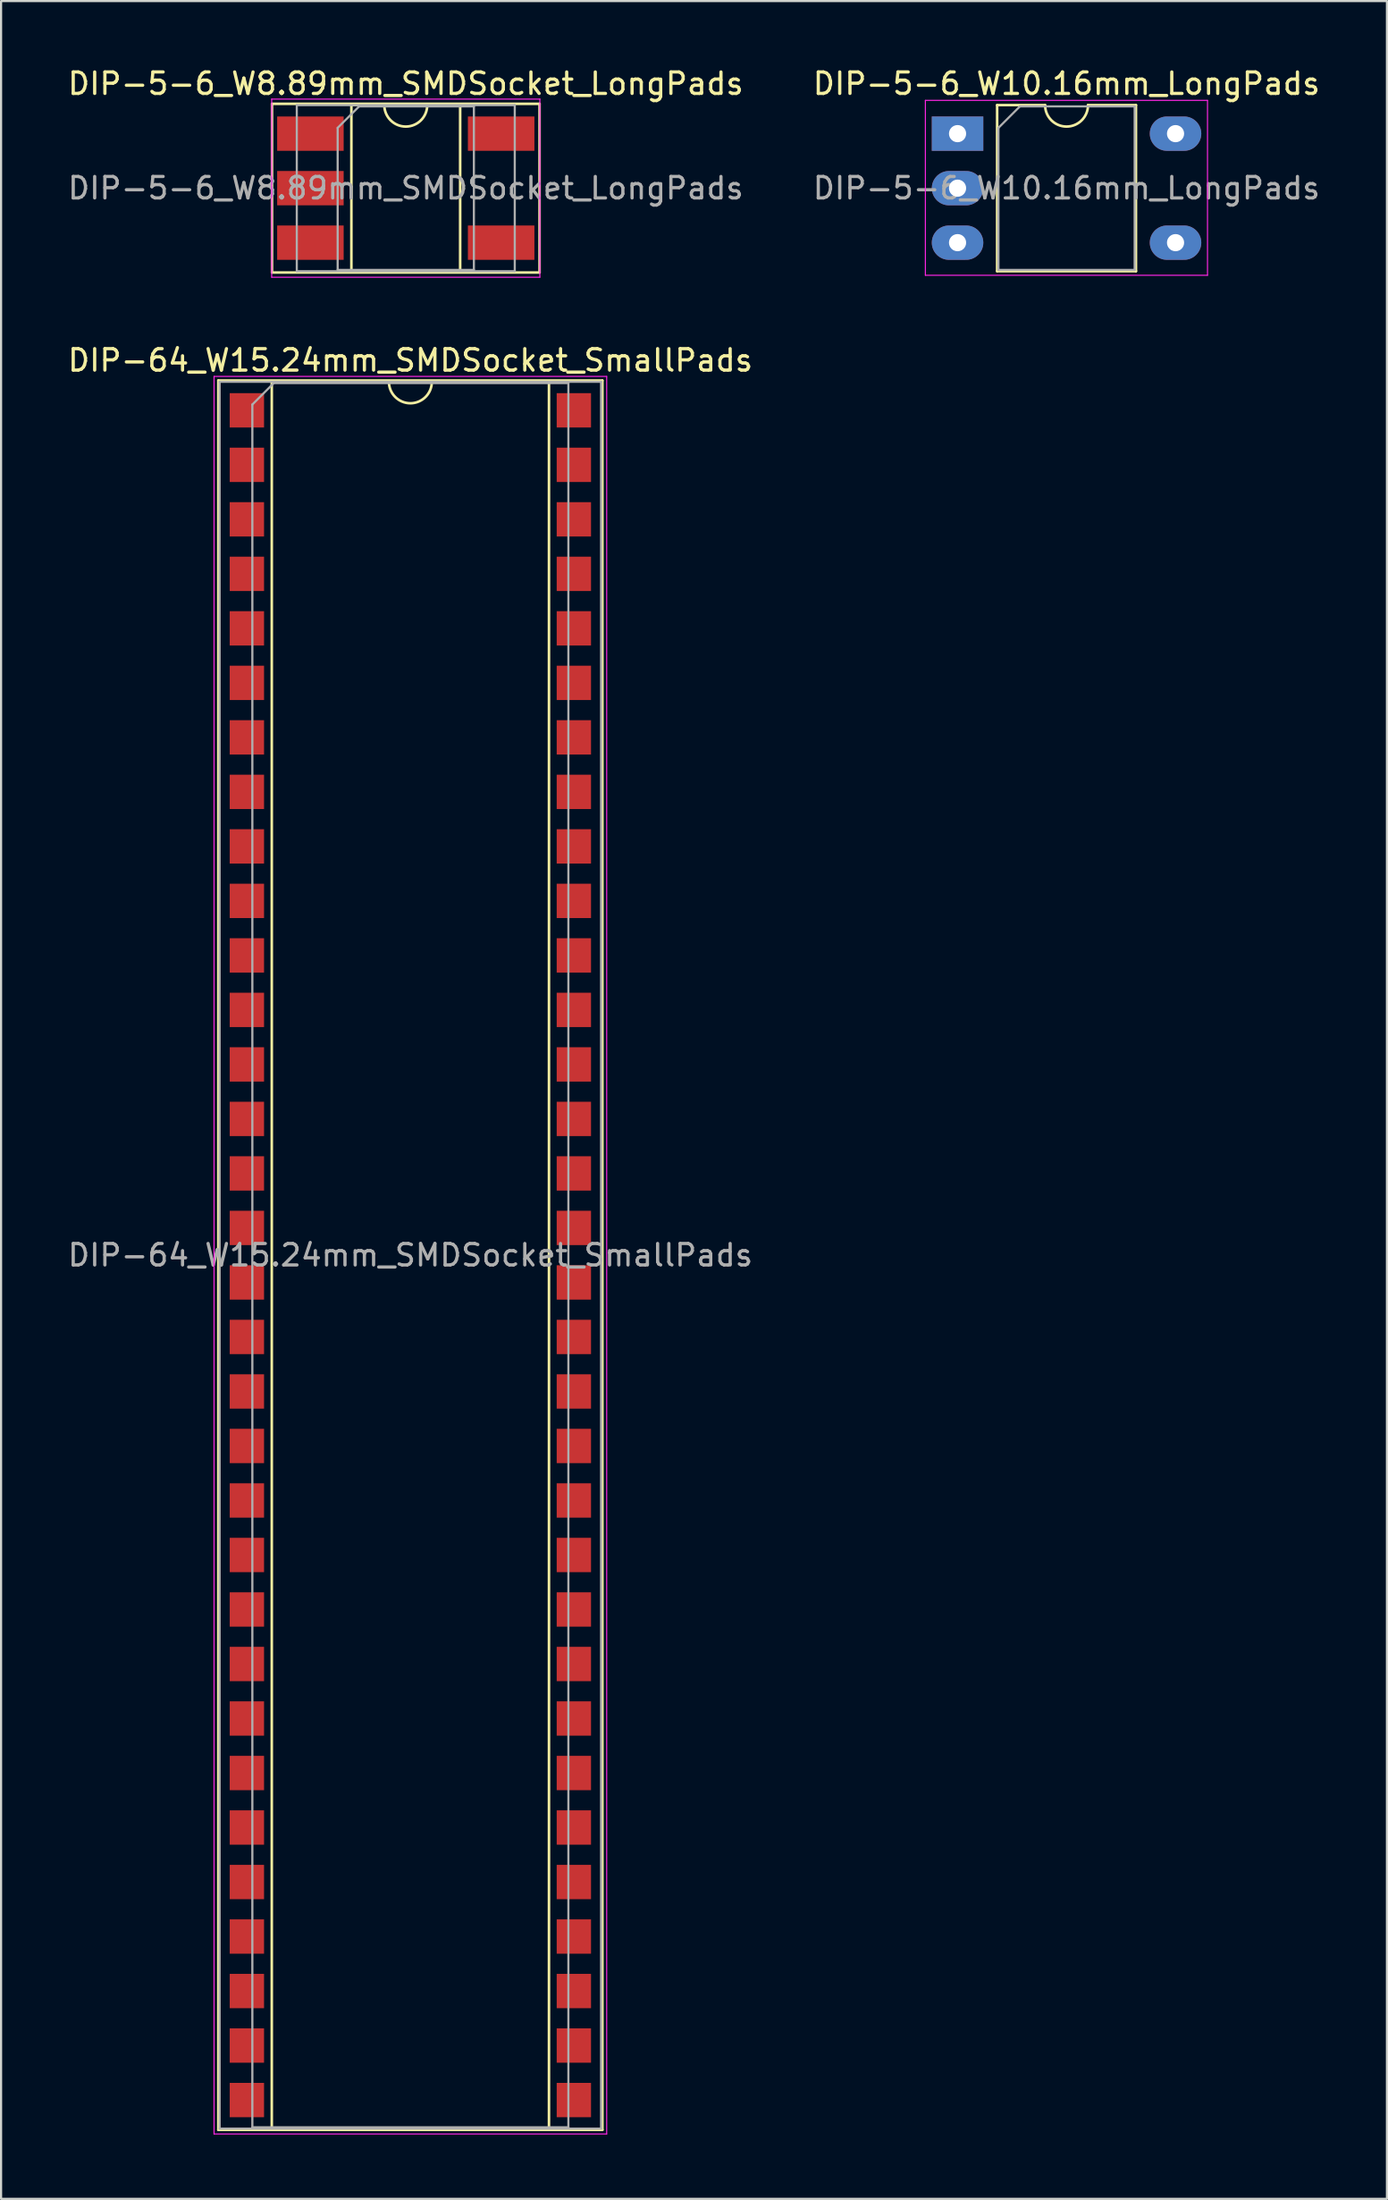
<source format=kicad_pcb>
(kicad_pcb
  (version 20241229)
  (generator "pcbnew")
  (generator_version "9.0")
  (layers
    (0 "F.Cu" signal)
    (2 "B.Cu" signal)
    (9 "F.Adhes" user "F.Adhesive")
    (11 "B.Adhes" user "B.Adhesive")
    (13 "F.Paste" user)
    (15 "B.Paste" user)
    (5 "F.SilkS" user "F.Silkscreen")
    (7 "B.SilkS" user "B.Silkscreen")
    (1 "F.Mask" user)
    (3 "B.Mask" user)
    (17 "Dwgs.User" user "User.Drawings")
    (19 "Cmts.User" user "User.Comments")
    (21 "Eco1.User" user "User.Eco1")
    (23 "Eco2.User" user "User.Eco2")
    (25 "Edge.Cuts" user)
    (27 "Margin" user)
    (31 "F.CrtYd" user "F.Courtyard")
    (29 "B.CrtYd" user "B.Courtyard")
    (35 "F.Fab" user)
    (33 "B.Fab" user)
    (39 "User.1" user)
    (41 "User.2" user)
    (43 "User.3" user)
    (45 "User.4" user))
  (footprint "DIP-64_W15.24mm_SMDSocket_SmallPads"
    (layer "F.Cu")
    (at 16.077 55.441)
    (property "Reference" "DIP-64_W15.24mm_SMDSocket_SmallPads" (at 0 -41.7 0) (layer "F.SilkS") (effects (font (size 1 1) (thickness 0.15))))
    (attr smd)
    (fp_line (start -8.95 -40.76) (end -8.95 40.76) (stroke (width 0.12) (type solid)) (layer "F.SilkS"))
    (fp_line (start -8.95 40.76) (end 8.95 40.76) (stroke (width 0.12) (type solid)) (layer "F.SilkS"))
    (fp_line (start -6.46 -40.7) (end -6.46 40.7) (stroke (width 0.12) (type solid)) (layer "F.SilkS"))
    (fp_line (start -6.46 40.7) (end 6.46 40.7) (stroke (width 0.12) (type solid)) (layer "F.SilkS"))
    (fp_line (start -1 -40.7) (end -6.46 -40.7) (stroke (width 0.12) (type solid)) (layer "F.SilkS"))
    (fp_line (start 6.46 -40.7) (end 1 -40.7) (stroke (width 0.12) (type solid)) (layer "F.SilkS"))
    (fp_line (start 6.46 40.7) (end 6.46 -40.7) (stroke (width 0.12) (type solid)) (layer "F.SilkS"))
    (fp_line (start 8.95 -40.76) (end -8.95 -40.76) (stroke (width 0.12) (type solid)) (layer "F.SilkS"))
    (fp_line (start 8.95 40.76) (end 8.95 -40.76) (stroke (width 0.12) (type solid)) (layer "F.SilkS"))
    (fp_arc (start 1 -40.7) (mid 0 -39.7) (end -1 -40.7) (stroke (width 0.12) (type solid)) (layer "F.SilkS"))
    (fp_line (start -9.15 -40.95) (end -9.15 40.95) (stroke (width 0.05) (type solid)) (layer "F.CrtYd"))
    (fp_line (start -9.15 40.95) (end 9.15 40.95) (stroke (width 0.05) (type solid)) (layer "F.CrtYd"))
    (fp_line (start 9.15 -40.95) (end -9.15 -40.95) (stroke (width 0.05) (type solid)) (layer "F.CrtYd"))
    (fp_line (start 9.15 40.95) (end 9.15 -40.95) (stroke (width 0.05) (type solid)) (layer "F.CrtYd"))
    (fp_line (start -8.89 -40.7) (end -8.89 40.7) (stroke (width 0.1) (type solid)) (layer "F.Fab"))
    (fp_line (start -8.89 40.7) (end 8.89 40.7) (stroke (width 0.1) (type solid)) (layer "F.Fab"))
    (fp_line (start -7.365 -39.64) (end -6.365 -40.64) (stroke (width 0.1) (type solid)) (layer "F.Fab"))
    (fp_line (start -7.365 40.64) (end -7.365 -39.64) (stroke (width 0.1) (type solid)) (layer "F.Fab"))
    (fp_line (start -6.365 -40.64) (end 7.365 -40.64) (stroke (width 0.1) (type solid)) (layer "F.Fab"))
    (fp_line (start 7.365 -40.64) (end 7.365 40.64) (stroke (width 0.1) (type solid)) (layer "F.Fab"))
    (fp_line (start 7.365 40.64) (end -7.365 40.64) (stroke (width 0.1) (type solid)) (layer "F.Fab"))
    (fp_line (start 8.89 -40.7) (end -8.89 -40.7) (stroke (width 0.1) (type solid)) (layer "F.Fab"))
    (fp_line (start 8.89 40.7) (end 8.89 -40.7) (stroke (width 0.1) (type solid)) (layer "F.Fab"))
    (fp_text user "${REFERENCE}" (at 0 0 0) (layer "F.Fab") (effects (font (size 1 1) (thickness 0.15))))
    (pad "1" smd rect (at -7.62 -39.37) (size 1.6 1.6) (layers "F.Cu" "F.Mask" "F.Paste"))
    (pad "2" smd rect (at -7.62 -36.83) (size 1.6 1.6) (layers "F.Cu" "F.Mask" "F.Paste"))
    (pad "3" smd rect (at -7.62 -34.29) (size 1.6 1.6) (layers "F.Cu" "F.Mask" "F.Paste"))
    (pad "4" smd rect (at -7.62 -31.75) (size 1.6 1.6) (layers "F.Cu" "F.Mask" "F.Paste"))
    (pad "5" smd rect (at -7.62 -29.21) (size 1.6 1.6) (layers "F.Cu" "F.Mask" "F.Paste"))
    (pad "6" smd rect (at -7.62 -26.67) (size 1.6 1.6) (layers "F.Cu" "F.Mask" "F.Paste"))
    (pad "7" smd rect (at -7.62 -24.13) (size 1.6 1.6) (layers "F.Cu" "F.Mask" "F.Paste"))
    (pad "8" smd rect (at -7.62 -21.59) (size 1.6 1.6) (layers "F.Cu" "F.Mask" "F.Paste"))
    (pad "9" smd rect (at -7.62 -19.05) (size 1.6 1.6) (layers "F.Cu" "F.Mask" "F.Paste"))
    (pad "10" smd rect (at -7.62 -16.51) (size 1.6 1.6) (layers "F.Cu" "F.Mask" "F.Paste"))
    (pad "11" smd rect (at -7.62 -13.97) (size 1.6 1.6) (layers "F.Cu" "F.Mask" "F.Paste"))
    (pad "12" smd rect (at -7.62 -11.43) (size 1.6 1.6) (layers "F.Cu" "F.Mask" "F.Paste"))
    (pad "13" smd rect (at -7.62 -8.89) (size 1.6 1.6) (layers "F.Cu" "F.Mask" "F.Paste"))
    (pad "14" smd rect (at -7.62 -6.35) (size 1.6 1.6) (layers "F.Cu" "F.Mask" "F.Paste"))
    (pad "15" smd rect (at -7.62 -3.81) (size 1.6 1.6) (layers "F.Cu" "F.Mask" "F.Paste"))
    (pad "16" smd rect (at -7.62 -1.27) (size 1.6 1.6) (layers "F.Cu" "F.Mask" "F.Paste"))
    (pad "17" smd rect (at -7.62 1.27) (size 1.6 1.6) (layers "F.Cu" "F.Mask" "F.Paste"))
    (pad "18" smd rect (at -7.62 3.81) (size 1.6 1.6) (layers "F.Cu" "F.Mask" "F.Paste"))
    (pad "19" smd rect (at -7.62 6.35) (size 1.6 1.6) (layers "F.Cu" "F.Mask" "F.Paste"))
    (pad "20" smd rect (at -7.62 8.89) (size 1.6 1.6) (layers "F.Cu" "F.Mask" "F.Paste"))
    (pad "21" smd rect (at -7.62 11.43) (size 1.6 1.6) (layers "F.Cu" "F.Mask" "F.Paste"))
    (pad "22" smd rect (at -7.62 13.97) (size 1.6 1.6) (layers "F.Cu" "F.Mask" "F.Paste"))
    (pad "23" smd rect (at -7.62 16.51) (size 1.6 1.6) (layers "F.Cu" "F.Mask" "F.Paste"))
    (pad "24" smd rect (at -7.62 19.05) (size 1.6 1.6) (layers "F.Cu" "F.Mask" "F.Paste"))
    (pad "25" smd rect (at -7.62 21.59) (size 1.6 1.6) (layers "F.Cu" "F.Mask" "F.Paste"))
    (pad "26" smd rect (at -7.62 24.13) (size 1.6 1.6) (layers "F.Cu" "F.Mask" "F.Paste"))
    (pad "27" smd rect (at -7.62 26.67) (size 1.6 1.6) (layers "F.Cu" "F.Mask" "F.Paste"))
    (pad "28" smd rect (at -7.62 29.21) (size 1.6 1.6) (layers "F.Cu" "F.Mask" "F.Paste"))
    (pad "29" smd rect (at -7.62 31.75) (size 1.6 1.6) (layers "F.Cu" "F.Mask" "F.Paste"))
    (pad "30" smd rect (at -7.62 34.29) (size 1.6 1.6) (layers "F.Cu" "F.Mask" "F.Paste"))
    (pad "31" smd rect (at -7.62 36.83) (size 1.6 1.6) (layers "F.Cu" "F.Mask" "F.Paste"))
    (pad "32" smd rect (at -7.62 39.37) (size 1.6 1.6) (layers "F.Cu" "F.Mask" "F.Paste"))
    (pad "33" smd rect (at 7.62 39.37) (size 1.6 1.6) (layers "F.Cu" "F.Mask" "F.Paste"))
    (pad "34" smd rect (at 7.62 36.83) (size 1.6 1.6) (layers "F.Cu" "F.Mask" "F.Paste"))
    (pad "35" smd rect (at 7.62 34.29) (size 1.6 1.6) (layers "F.Cu" "F.Mask" "F.Paste"))
    (pad "36" smd rect (at 7.62 31.75) (size 1.6 1.6) (layers "F.Cu" "F.Mask" "F.Paste"))
    (pad "37" smd rect (at 7.62 29.21) (size 1.6 1.6) (layers "F.Cu" "F.Mask" "F.Paste"))
    (pad "38" smd rect (at 7.62 26.67) (size 1.6 1.6) (layers "F.Cu" "F.Mask" "F.Paste"))
    (pad "39" smd rect (at 7.62 24.13) (size 1.6 1.6) (layers "F.Cu" "F.Mask" "F.Paste"))
    (pad "40" smd rect (at 7.62 21.59) (size 1.6 1.6) (layers "F.Cu" "F.Mask" "F.Paste"))
    (pad "41" smd rect (at 7.62 19.05) (size 1.6 1.6) (layers "F.Cu" "F.Mask" "F.Paste"))
    (pad "42" smd rect (at 7.62 16.51) (size 1.6 1.6) (layers "F.Cu" "F.Mask" "F.Paste"))
    (pad "43" smd rect (at 7.62 13.97) (size 1.6 1.6) (layers "F.Cu" "F.Mask" "F.Paste"))
    (pad "44" smd rect (at 7.62 11.43) (size 1.6 1.6) (layers "F.Cu" "F.Mask" "F.Paste"))
    (pad "45" smd rect (at 7.62 8.89) (size 1.6 1.6) (layers "F.Cu" "F.Mask" "F.Paste"))
    (pad "46" smd rect (at 7.62 6.35) (size 1.6 1.6) (layers "F.Cu" "F.Mask" "F.Paste"))
    (pad "47" smd rect (at 7.62 3.81) (size 1.6 1.6) (layers "F.Cu" "F.Mask" "F.Paste"))
    (pad "48" smd rect (at 7.62 1.27) (size 1.6 1.6) (layers "F.Cu" "F.Mask" "F.Paste"))
    (pad "49" smd rect (at 7.62 -1.27) (size 1.6 1.6) (layers "F.Cu" "F.Mask" "F.Paste"))
    (pad "50" smd rect (at 7.62 -3.81) (size 1.6 1.6) (layers "F.Cu" "F.Mask" "F.Paste"))
    (pad "51" smd rect (at 7.62 -6.35) (size 1.6 1.6) (layers "F.Cu" "F.Mask" "F.Paste"))
    (pad "52" smd rect (at 7.62 -8.89) (size 1.6 1.6) (layers "F.Cu" "F.Mask" "F.Paste"))
    (pad "53" smd rect (at 7.62 -11.43) (size 1.6 1.6) (layers "F.Cu" "F.Mask" "F.Paste"))
    (pad "54" smd rect (at 7.62 -13.97) (size 1.6 1.6) (layers "F.Cu" "F.Mask" "F.Paste"))
    (pad "55" smd rect (at 7.62 -16.51) (size 1.6 1.6) (layers "F.Cu" "F.Mask" "F.Paste"))
    (pad "56" smd rect (at 7.62 -19.05) (size 1.6 1.6) (layers "F.Cu" "F.Mask" "F.Paste"))
    (pad "57" smd rect (at 7.62 -21.59) (size 1.6 1.6) (layers "F.Cu" "F.Mask" "F.Paste"))
    (pad "58" smd rect (at 7.62 -24.13) (size 1.6 1.6) (layers "F.Cu" "F.Mask" "F.Paste"))
    (pad "59" smd rect (at 7.62 -26.67) (size 1.6 1.6) (layers "F.Cu" "F.Mask" "F.Paste"))
    (pad "60" smd rect (at 7.62 -29.21) (size 1.6 1.6) (layers "F.Cu" "F.Mask" "F.Paste"))
    (pad "61" smd rect (at 7.62 -31.75) (size 1.6 1.6) (layers "F.Cu" "F.Mask" "F.Paste"))
    (pad "62" smd rect (at 7.62 -34.29) (size 1.6 1.6) (layers "F.Cu" "F.Mask" "F.Paste"))
    (pad "63" smd rect (at 7.62 -36.83) (size 1.6 1.6) (layers "F.Cu" "F.Mask" "F.Paste"))
    (pad "64" smd rect (at 7.62 -39.37) (size 1.6 1.6) (layers "F.Cu" "F.Mask" "F.Paste")))
  (footprint "DIP-5-6_W8.89mm_SMDSocket_LongPads"
    (layer "F.Cu")
    (at 15.863 5.718)
    (property "Reference" "DIP-5-6_W8.89mm_SMDSocket_LongPads" (at 0 -4.87 0) (layer "F.SilkS") (effects (font (size 1 1) (thickness 0.15))))
    (attr smd)
    (fp_line (start -6.235 -3.93) (end -6.235 3.93) (stroke (width 0.12) (type solid)) (layer "F.SilkS"))
    (fp_line (start -6.235 3.93) (end 6.235 3.93) (stroke (width 0.12) (type solid)) (layer "F.SilkS"))
    (fp_line (start -2.535 -3.87) (end -2.535 3.87) (stroke (width 0.12) (type solid)) (layer "F.SilkS"))
    (fp_line (start -2.535 3.87) (end 2.535 3.87) (stroke (width 0.12) (type solid)) (layer "F.SilkS"))
    (fp_line (start -1 -3.87) (end -2.535 -3.87) (stroke (width 0.12) (type solid)) (layer "F.SilkS"))
    (fp_line (start 2.535 -3.87) (end 1 -3.87) (stroke (width 0.12) (type solid)) (layer "F.SilkS"))
    (fp_line (start 2.535 3.87) (end 2.535 -3.87) (stroke (width 0.12) (type solid)) (layer "F.SilkS"))
    (fp_line (start 6.235 -3.93) (end -6.235 -3.93) (stroke (width 0.12) (type solid)) (layer "F.SilkS"))
    (fp_line (start 6.235 3.93) (end 6.235 -3.93) (stroke (width 0.12) (type solid)) (layer "F.SilkS"))
    (fp_arc (start 1 -3.87) (mid 0 -2.87) (end -1 -3.87) (stroke (width 0.12) (type solid)) (layer "F.SilkS"))
    (fp_line (start -6.25 -4.15) (end -6.25 4.15) (stroke (width 0.05) (type solid)) (layer "F.CrtYd"))
    (fp_line (start -6.25 4.15) (end 6.25 4.15) (stroke (width 0.05) (type solid)) (layer "F.CrtYd"))
    (fp_line (start 6.25 -4.15) (end -6.25 -4.15) (stroke (width 0.05) (type solid)) (layer "F.CrtYd"))
    (fp_line (start 6.25 4.15) (end 6.25 -4.15) (stroke (width 0.05) (type solid)) (layer "F.CrtYd"))
    (fp_line (start -5.08 -3.87) (end -5.08 3.87) (stroke (width 0.1) (type solid)) (layer "F.Fab"))
    (fp_line (start -5.08 3.87) (end 5.08 3.87) (stroke (width 0.1) (type solid)) (layer "F.Fab"))
    (fp_line (start -3.175 -2.81) (end -2.175 -3.81) (stroke (width 0.1) (type solid)) (layer "F.Fab"))
    (fp_line (start -3.175 3.81) (end -3.175 -2.81) (stroke (width 0.1) (type solid)) (layer "F.Fab"))
    (fp_line (start -2.175 -3.81) (end 3.175 -3.81) (stroke (width 0.1) (type solid)) (layer "F.Fab"))
    (fp_line (start 3.175 -3.81) (end 3.175 3.81) (stroke (width 0.1) (type solid)) (layer "F.Fab"))
    (fp_line (start 3.175 3.81) (end -3.175 3.81) (stroke (width 0.1) (type solid)) (layer "F.Fab"))
    (fp_line (start 5.08 -3.87) (end -5.08 -3.87) (stroke (width 0.1) (type solid)) (layer "F.Fab"))
    (fp_line (start 5.08 3.87) (end 5.08 -3.87) (stroke (width 0.1) (type solid)) (layer "F.Fab"))
    (fp_text user "${REFERENCE}" (at 0 0 0) (layer "F.Fab") (effects (font (size 1 1) (thickness 0.15))))
    (pad "1" smd rect (at -4.445 -2.54) (size 3.1 1.6) (layers "F.Cu" "F.Mask" "F.Paste"))
    (pad "2" smd rect (at -4.445 0) (size 3.1 1.6) (layers "F.Cu" "F.Mask" "F.Paste"))
    (pad "3" smd rect (at -4.445 2.54) (size 3.1 1.6) (layers "F.Cu" "F.Mask" "F.Paste"))
    (pad "4" smd rect (at 4.445 2.54) (size 3.1 1.6) (layers "F.Cu" "F.Mask" "F.Paste"))
    (pad "6" smd rect (at 4.445 -2.54) (size 3.1 1.6) (layers "F.Cu" "F.Mask" "F.Paste")))
  (footprint "DIP-5-6_W10.16mm_LongPads"
    (layer "F.Cu")
    (at 41.581 3.178)
    (property "Reference" "DIP-5-6_W10.16mm_LongPads" (at 5.08 -2.33 0) (layer "F.SilkS") (effects (font (size 1 1) (thickness 0.15))))
    (attr through_hole)
    (fp_line (start 1.845 -1.33) (end 1.845 6.41) (stroke (width 0.12) (type solid)) (layer "F.SilkS"))
    (fp_line (start 1.845 6.41) (end 8.315 6.41) (stroke (width 0.12) (type solid)) (layer "F.SilkS"))
    (fp_line (start 4.08 -1.33) (end 1.845 -1.33) (stroke (width 0.12) (type solid)) (layer "F.SilkS"))
    (fp_line (start 8.315 -1.33) (end 6.08 -1.33) (stroke (width 0.12) (type solid)) (layer "F.SilkS"))
    (fp_line (start 8.315 6.41) (end 8.315 -1.33) (stroke (width 0.12) (type solid)) (layer "F.SilkS"))
    (fp_arc (start 6.08 -1.33) (mid 5.08 -0.33) (end 4.08 -1.33) (stroke (width 0.12) (type solid)) (layer "F.SilkS"))
    (fp_line (start -1.5 -1.55) (end -1.5 6.6) (stroke (width 0.05) (type solid)) (layer "F.CrtYd"))
    (fp_line (start -1.5 6.6) (end 11.65 6.6) (stroke (width 0.05) (type solid)) (layer "F.CrtYd"))
    (fp_line (start 11.65 -1.55) (end -1.5 -1.55) (stroke (width 0.05) (type solid)) (layer "F.CrtYd"))
    (fp_line (start 11.65 6.6) (end 11.65 -1.55) (stroke (width 0.05) (type solid)) (layer "F.CrtYd"))
    (fp_line (start 1.905 -0.27) (end 2.905 -1.27) (stroke (width 0.1) (type solid)) (layer "F.Fab"))
    (fp_line (start 1.905 6.35) (end 1.905 -0.27) (stroke (width 0.1) (type solid)) (layer "F.Fab"))
    (fp_line (start 2.905 -1.27) (end 8.255 -1.27) (stroke (width 0.1) (type solid)) (layer "F.Fab"))
    (fp_line (start 8.255 -1.27) (end 8.255 6.35) (stroke (width 0.1) (type solid)) (layer "F.Fab"))
    (fp_line (start 8.255 6.35) (end 1.905 6.35) (stroke (width 0.1) (type solid)) (layer "F.Fab"))
    (fp_text user "${REFERENCE}" (at 5.08 2.54 0) (layer "F.Fab") (effects (font (size 1 1) (thickness 0.15))))
    (pad "1" thru_hole rect (at 0 0) (size 2.4 1.6) (drill 0.8) (layers "*.Cu" "*.Mask"))
    (pad "2" thru_hole oval (at 0 2.54) (size 2.4 1.6) (drill 0.8) (layers "*.Cu" "*.Mask"))
    (pad "3" thru_hole oval (at 0 5.08) (size 2.4 1.6) (drill 0.8) (layers "*.Cu" "*.Mask"))
    (pad "4" thru_hole oval (at 10.16 5.08) (size 2.4 1.6) (drill 0.8) (layers "*.Cu" "*.Mask"))
    (pad "6" thru_hole oval (at 10.16 0) (size 2.4 1.6) (drill 0.8) (layers "*.Cu" "*.Mask")))
  (gr_rect
    (start -3 -3)
    (end 61.595 99.416)
    (stroke (width 0.1) (type default))
    (fill no)
    (layer "Edge.Cuts")))
</source>
